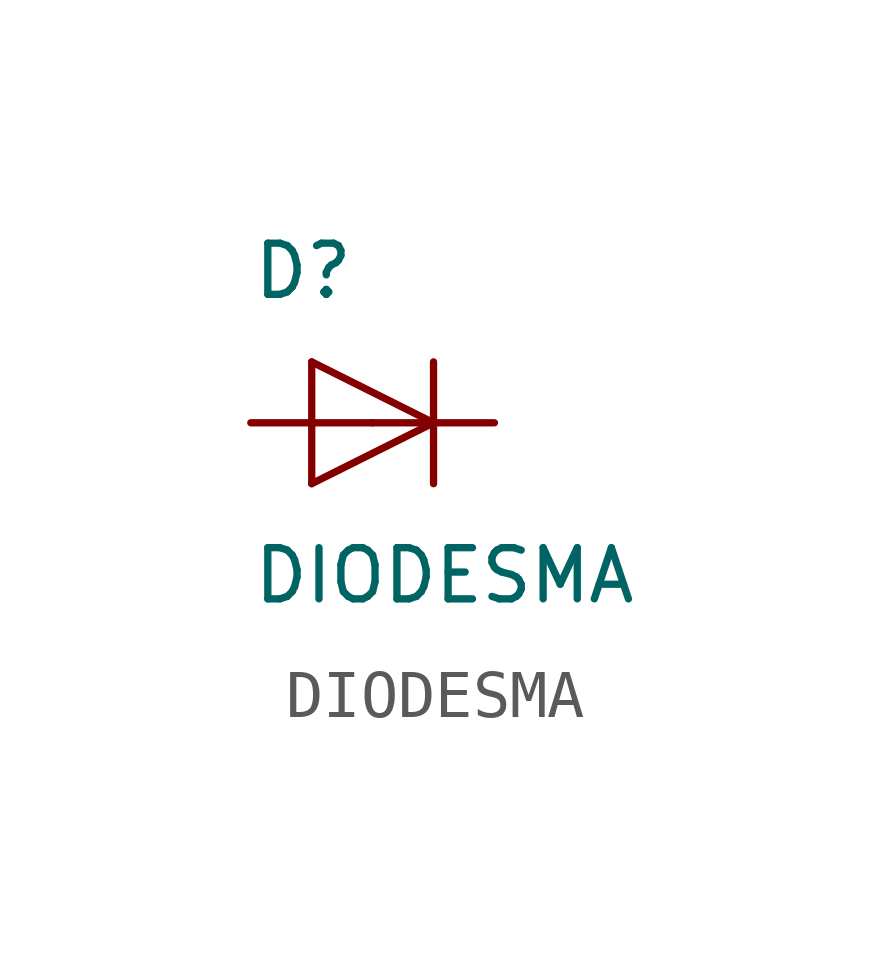
<source format=kicad_sym>
(kicad_symbol_lib
  (version 20211014)
  (generator kicad_symbol_editor)
  (symbol "DIODESMA"
    (pin_names
      (offset 1.016))
    (property "Reference" "D"
      (at -2.54 2.54 0)
      (effects (font (size 1.067 1.067)) (justify left bottom)))
    (property "Value" "DIODESMA"
      (at -2.54 -3.81 0)
      (effects (font (size 1.067 1.067)) (justify left bottom)))
    (property "ki_locked" ""
      (at 0 0 0)
      (effects (font (size 1.27 1.27))))
    (symbol "DIODESMA_1_0"
      (polyline (pts (xy -1.27 -1.27) (xy 1.27 0)) (stroke (width 0) (type default) (color 0 0 0 0)) (fill (type none)))
      (polyline (pts (xy -1.27 1.27) (xy -1.27 -1.27)) (stroke (width 0) (type default) (color 0 0 0 0)) (fill (type none)))
      (polyline (pts (xy 1.27 0) (xy -1.27 1.27)) (stroke (width 0) (type default) (color 0 0 0 0)) (fill (type none)))
      (polyline (pts (xy 1.27 0) (xy 1.27 -1.27)) (stroke (width 0) (type default) (color 0 0 0 0)) (fill (type none)))
      (polyline (pts (xy 1.27 1.27) (xy 1.27 0)) (stroke (width 0) (type default) (color 0 0 0 0)) (fill (type none)))
      (pin passive line (at -2.54 0 0) (length 2.54) (name "A" (effects (font (size 0 0)))) (number "A" (effects (font (size 0 0)))))
      (pin passive line (at 2.54 0 180) (length 2.54) (name "C" (effects (font (size 0 0)))) (number "C" (effects (font (size 0 0))))))))
</source>
